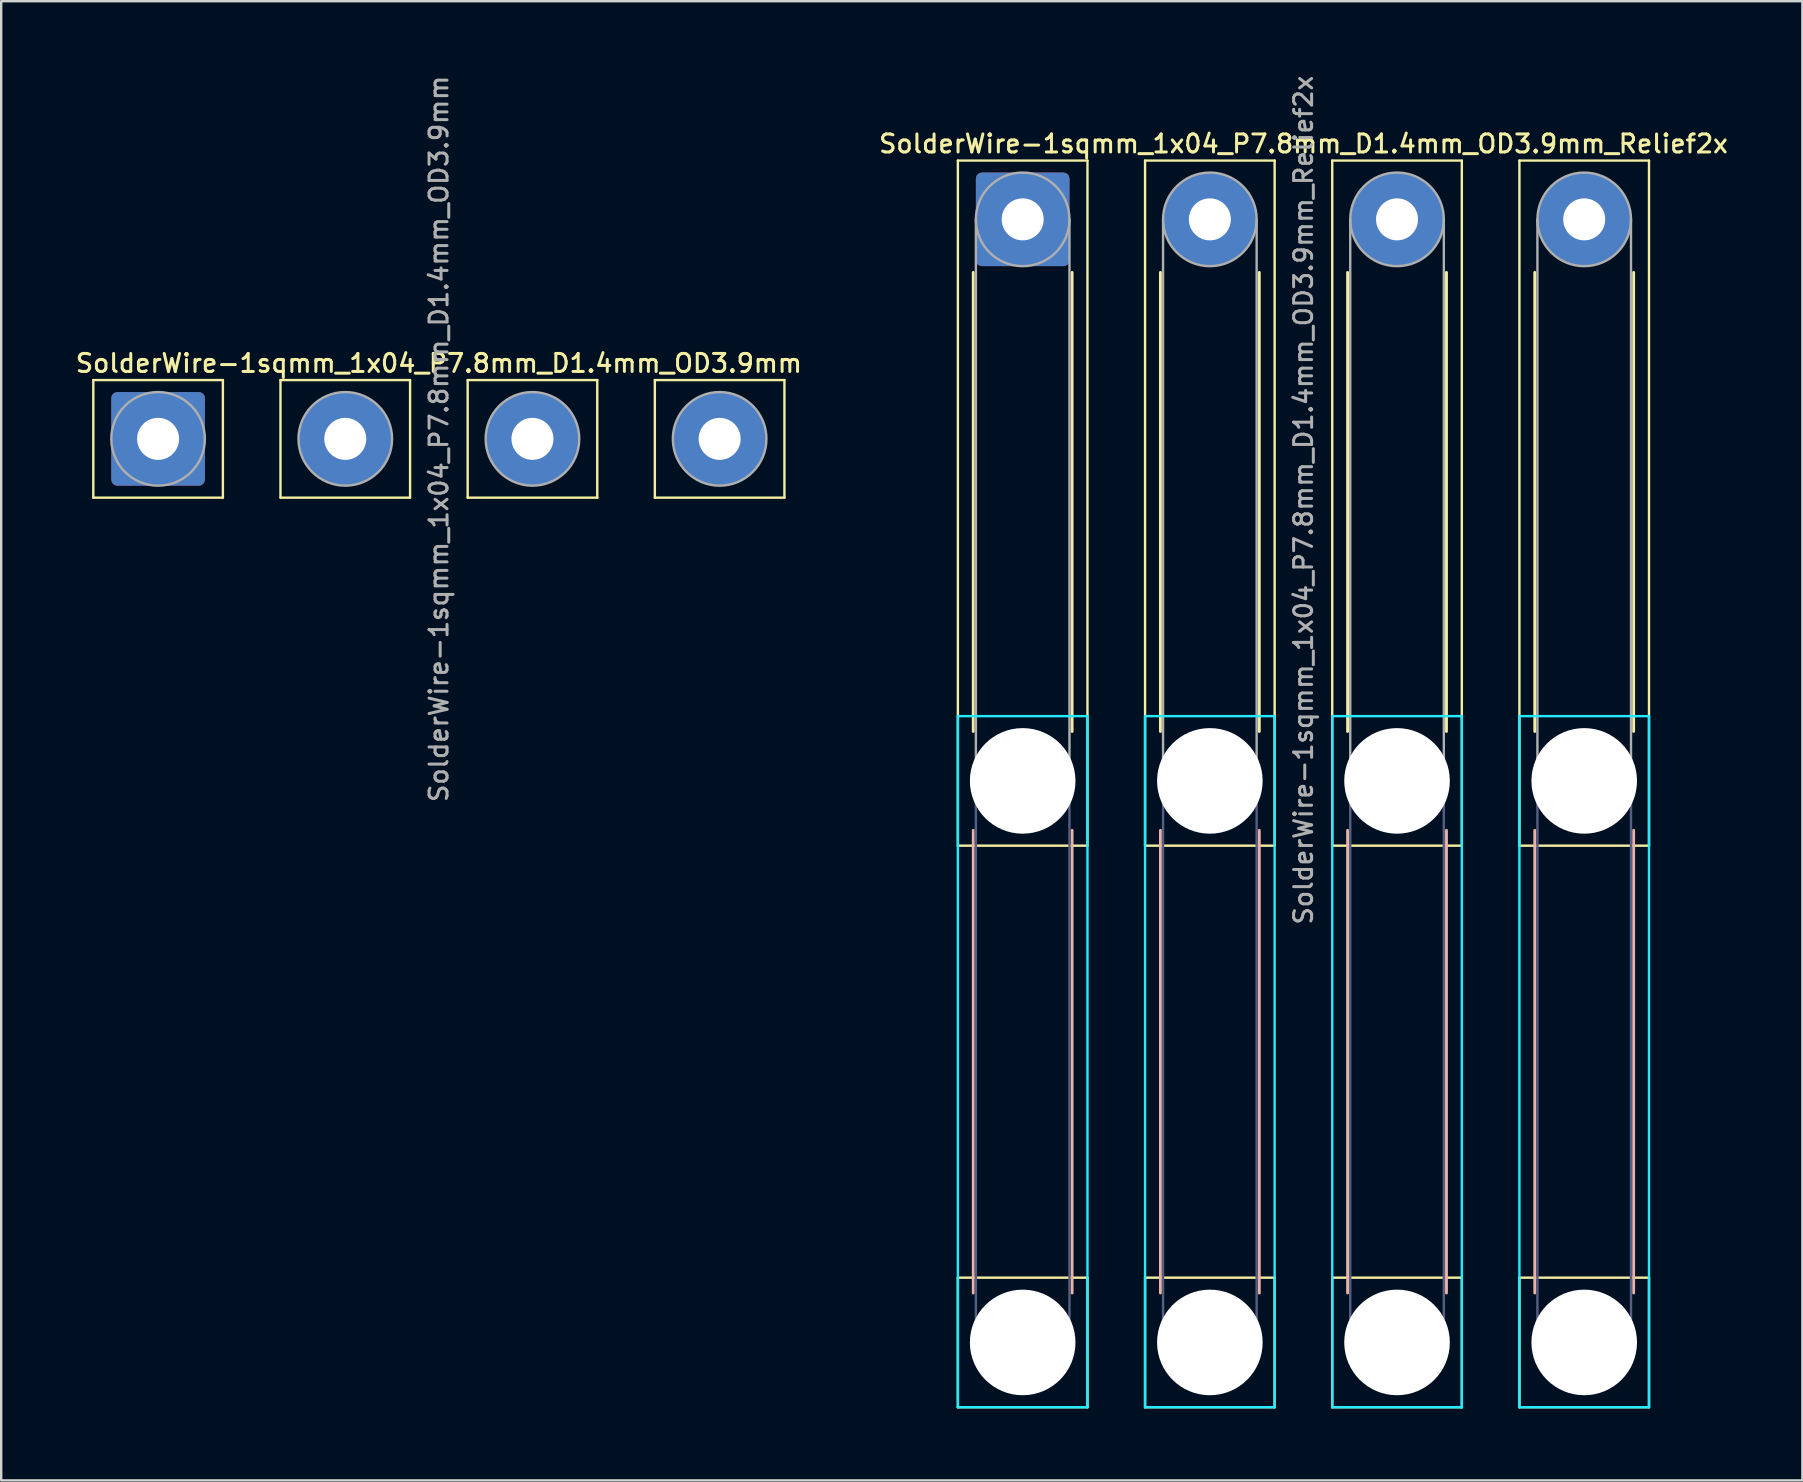
<source format=kicad_pcb>
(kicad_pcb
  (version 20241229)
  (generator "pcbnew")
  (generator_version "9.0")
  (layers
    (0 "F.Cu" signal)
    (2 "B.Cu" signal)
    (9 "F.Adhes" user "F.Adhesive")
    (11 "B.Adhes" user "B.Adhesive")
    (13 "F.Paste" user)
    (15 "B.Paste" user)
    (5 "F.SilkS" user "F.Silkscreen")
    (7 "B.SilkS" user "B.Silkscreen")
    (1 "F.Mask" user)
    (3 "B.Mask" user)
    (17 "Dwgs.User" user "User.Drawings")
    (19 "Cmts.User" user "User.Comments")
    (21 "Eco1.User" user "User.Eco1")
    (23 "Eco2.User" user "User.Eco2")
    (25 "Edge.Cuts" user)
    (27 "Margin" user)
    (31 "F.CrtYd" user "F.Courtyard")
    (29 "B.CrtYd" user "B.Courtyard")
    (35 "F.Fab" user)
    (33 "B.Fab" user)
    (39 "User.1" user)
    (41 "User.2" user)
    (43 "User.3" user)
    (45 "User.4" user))
  (footprint "SolderWire-1sqmm_1x04_P7.8mm_D1.4mm_OD3.9mm"
    (layer "F.Cu")
    (at 3.538 15.238)
    (property "Reference" "SolderWire-1sqmm_1x04_P7.8mm_D1.4mm_OD3.9mm" (at 11.7 -3.15 0) (layer "F.SilkS") (effects (font (size 0.75 0.75) (thickness 0.125))))
    (attr exclude_from_pos_files exclude_from_bom)
    (fp_line (start -2.7 -2.45) (end -2.7 2.45) (stroke (width 0.1) (type solid)) (layer "F.SilkS"))
    (fp_line (start -2.7 2.45) (end 2.7 2.45) (stroke (width 0.1) (type solid)) (layer "F.SilkS"))
    (fp_line (start 2.7 -2.45) (end -2.7 -2.45) (stroke (width 0.1) (type solid)) (layer "F.SilkS"))
    (fp_line (start 2.7 2.45) (end 2.7 -2.45) (stroke (width 0.1) (type solid)) (layer "F.SilkS"))
    (fp_line (start 5.1 -2.45) (end 5.1 2.45) (stroke (width 0.1) (type solid)) (layer "F.SilkS"))
    (fp_line (start 5.1 2.45) (end 10.5 2.45) (stroke (width 0.1) (type solid)) (layer "F.SilkS"))
    (fp_line (start 10.5 -2.45) (end 5.1 -2.45) (stroke (width 0.1) (type solid)) (layer "F.SilkS"))
    (fp_line (start 10.5 2.45) (end 10.5 -2.45) (stroke (width 0.1) (type solid)) (layer "F.SilkS"))
    (fp_line (start 12.9 -2.45) (end 12.9 2.45) (stroke (width 0.1) (type solid)) (layer "F.SilkS"))
    (fp_line (start 12.9 2.45) (end 18.3 2.45) (stroke (width 0.1) (type solid)) (layer "F.SilkS"))
    (fp_line (start 18.3 -2.45) (end 12.9 -2.45) (stroke (width 0.1) (type solid)) (layer "F.SilkS"))
    (fp_line (start 18.3 2.45) (end 18.3 -2.45) (stroke (width 0.1) (type solid)) (layer "F.SilkS"))
    (fp_line (start 20.7 -2.45) (end 20.7 2.45) (stroke (width 0.1) (type solid)) (layer "F.SilkS"))
    (fp_line (start 20.7 2.45) (end 26.1 2.45) (stroke (width 0.1) (type solid)) (layer "F.SilkS"))
    (fp_line (start 26.1 -2.45) (end 20.7 -2.45) (stroke (width 0.1) (type solid)) (layer "F.SilkS"))
    (fp_line (start 26.1 2.45) (end 26.1 -2.45) (stroke (width 0.1) (type solid)) (layer "F.SilkS"))
    (fp_circle (center 0 0) (end 1.95 0) (stroke (width 0.1) (type solid)) (fill no) (layer "F.Fab"))
    (fp_circle (center 7.8 0) (end 9.75 0) (stroke (width 0.1) (type solid)) (fill no) (layer "F.Fab"))
    (fp_circle (center 15.6 0) (end 17.55 0) (stroke (width 0.1) (type solid)) (fill no) (layer "F.Fab"))
    (fp_circle (center 23.4 0) (end 25.35 0) (stroke (width 0.1) (type solid)) (fill no) (layer "F.Fab"))
    (fp_text user "${REFERENCE}" (at 11.7 0 90) (layer "F.Fab") (effects (font (size 0.75 0.75) (thickness 0.125))))
    (pad "1" thru_hole roundrect (at 0 0) (size 3.9 3.9) (drill 1.75) (layers "*.Cu" "*.Mask") (roundrect_rratio 0.064))
    (pad "2" thru_hole circle (at 7.8 0) (size 3.9 3.9) (drill 1.75) (layers "*.Cu" "*.Mask"))
    (pad "3" thru_hole circle (at 15.6 0) (size 3.9 3.9) (drill 1.75) (layers "*.Cu" "*.Mask"))
    (pad "4" thru_hole circle (at 23.4 0) (size 3.9 3.9) (drill 1.75) (layers "*.Cu" "*.Mask")))
  (footprint "SolderWire-1sqmm_1x04_P7.8mm_D1.4mm_OD3.9mm_Relief2x"
    (layer "F.Cu")
    (at 39.566 6.091)
    (property "Reference" "SolderWire-1sqmm_1x04_P7.8mm_D1.4mm_OD3.9mm_Relief2x" (at 11.7 -3.15 0) (layer "F.SilkS") (effects (font (size 0.75 0.75) (thickness 0.125))))
    (attr exclude_from_pos_files exclude_from_bom)
    (fp_line (start -2.7 -2.45) (end -2.7 26.1) (stroke (width 0.1) (type solid)) (layer "F.SilkS"))
    (fp_line (start -2.7 26.1) (end 2.7 26.1) (stroke (width 0.1) (type solid)) (layer "F.SilkS"))
    (fp_line (start -2.7 44.1) (end -2.7 49.5) (stroke (width 0.1) (type solid)) (layer "F.SilkS"))
    (fp_line (start -2.7 49.5) (end 2.7 49.5) (stroke (width 0.1) (type solid)) (layer "F.SilkS"))
    (fp_line (start -2.06 2.21) (end -2.06 21.34) (stroke (width 0.12) (type solid)) (layer "F.SilkS"))
    (fp_line (start 2.06 2.21) (end 2.06 21.34) (stroke (width 0.12) (type solid)) (layer "F.SilkS"))
    (fp_line (start 2.7 -2.45) (end -2.7 -2.45) (stroke (width 0.1) (type solid)) (layer "F.SilkS"))
    (fp_line (start 2.7 26.1) (end 2.7 -2.45) (stroke (width 0.1) (type solid)) (layer "F.SilkS"))
    (fp_line (start 2.7 44.1) (end -2.7 44.1) (stroke (width 0.1) (type solid)) (layer "F.SilkS"))
    (fp_line (start 2.7 49.5) (end 2.7 44.1) (stroke (width 0.1) (type solid)) (layer "F.SilkS"))
    (fp_line (start 5.1 -2.45) (end 5.1 26.1) (stroke (width 0.1) (type solid)) (layer "F.SilkS"))
    (fp_line (start 5.1 26.1) (end 10.5 26.1) (stroke (width 0.1) (type solid)) (layer "F.SilkS"))
    (fp_line (start 5.1 44.1) (end 5.1 49.5) (stroke (width 0.1) (type solid)) (layer "F.SilkS"))
    (fp_line (start 5.1 49.5) (end 10.5 49.5) (stroke (width 0.1) (type solid)) (layer "F.SilkS"))
    (fp_line (start 5.74 2.21) (end 5.74 21.34) (stroke (width 0.12) (type solid)) (layer "F.SilkS"))
    (fp_line (start 9.86 2.21) (end 9.86 21.34) (stroke (width 0.12) (type solid)) (layer "F.SilkS"))
    (fp_line (start 10.5 -2.45) (end 5.1 -2.45) (stroke (width 0.1) (type solid)) (layer "F.SilkS"))
    (fp_line (start 10.5 26.1) (end 10.5 -2.45) (stroke (width 0.1) (type solid)) (layer "F.SilkS"))
    (fp_line (start 10.5 44.1) (end 5.1 44.1) (stroke (width 0.1) (type solid)) (layer "F.SilkS"))
    (fp_line (start 10.5 49.5) (end 10.5 44.1) (stroke (width 0.1) (type solid)) (layer "F.SilkS"))
    (fp_line (start 12.9 -2.45) (end 12.9 26.1) (stroke (width 0.1) (type solid)) (layer "F.SilkS"))
    (fp_line (start 12.9 26.1) (end 18.3 26.1) (stroke (width 0.1) (type solid)) (layer "F.SilkS"))
    (fp_line (start 12.9 44.1) (end 12.9 49.5) (stroke (width 0.1) (type solid)) (layer "F.SilkS"))
    (fp_line (start 12.9 49.5) (end 18.3 49.5) (stroke (width 0.1) (type solid)) (layer "F.SilkS"))
    (fp_line (start 13.54 2.21) (end 13.54 21.34) (stroke (width 0.12) (type solid)) (layer "F.SilkS"))
    (fp_line (start 17.66 2.21) (end 17.66 21.34) (stroke (width 0.12) (type solid)) (layer "F.SilkS"))
    (fp_line (start 18.3 -2.45) (end 12.9 -2.45) (stroke (width 0.1) (type solid)) (layer "F.SilkS"))
    (fp_line (start 18.3 26.1) (end 18.3 -2.45) (stroke (width 0.1) (type solid)) (layer "F.SilkS"))
    (fp_line (start 18.3 44.1) (end 12.9 44.1) (stroke (width 0.1) (type solid)) (layer "F.SilkS"))
    (fp_line (start 18.3 49.5) (end 18.3 44.1) (stroke (width 0.1) (type solid)) (layer "F.SilkS"))
    (fp_line (start 20.7 -2.45) (end 20.7 26.1) (stroke (width 0.1) (type solid)) (layer "F.SilkS"))
    (fp_line (start 20.7 26.1) (end 26.1 26.1) (stroke (width 0.1) (type solid)) (layer "F.SilkS"))
    (fp_line (start 20.7 44.1) (end 20.7 49.5) (stroke (width 0.1) (type solid)) (layer "F.SilkS"))
    (fp_line (start 20.7 49.5) (end 26.1 49.5) (stroke (width 0.1) (type solid)) (layer "F.SilkS"))
    (fp_line (start 21.34 2.21) (end 21.34 21.34) (stroke (width 0.12) (type solid)) (layer "F.SilkS"))
    (fp_line (start 25.46 2.21) (end 25.46 21.34) (stroke (width 0.12) (type solid)) (layer "F.SilkS"))
    (fp_line (start 26.1 -2.45) (end 20.7 -2.45) (stroke (width 0.1) (type solid)) (layer "F.SilkS"))
    (fp_line (start 26.1 26.1) (end 26.1 -2.45) (stroke (width 0.1) (type solid)) (layer "F.SilkS"))
    (fp_line (start 26.1 44.1) (end 20.7 44.1) (stroke (width 0.1) (type solid)) (layer "F.SilkS"))
    (fp_line (start 26.1 49.5) (end 26.1 44.1) (stroke (width 0.1) (type solid)) (layer "F.SilkS"))
    (fp_line (start -2.06 25.46) (end -2.06 44.74) (stroke (width 0.12) (type solid)) (layer "B.SilkS"))
    (fp_line (start 2.06 25.46) (end 2.06 44.74) (stroke (width 0.12) (type solid)) (layer "B.SilkS"))
    (fp_line (start 5.74 25.46) (end 5.74 44.74) (stroke (width 0.12) (type solid)) (layer "B.SilkS"))
    (fp_line (start 9.86 25.46) (end 9.86 44.74) (stroke (width 0.12) (type solid)) (layer "B.SilkS"))
    (fp_line (start 13.54 25.46) (end 13.54 44.74) (stroke (width 0.12) (type solid)) (layer "B.SilkS"))
    (fp_line (start 17.66 25.46) (end 17.66 44.74) (stroke (width 0.12) (type solid)) (layer "B.SilkS"))
    (fp_line (start 21.34 25.46) (end 21.34 44.74) (stroke (width 0.12) (type solid)) (layer "B.SilkS"))
    (fp_line (start 25.46 25.46) (end 25.46 44.74) (stroke (width 0.12) (type solid)) (layer "B.SilkS"))
    (fp_line (start -2.7 20.7) (end -2.7 49.5) (stroke (width 0.1) (type solid)) (layer "B.CrtYd"))
    (fp_line (start -2.7 49.5) (end 2.7 49.5) (stroke (width 0.1) (type solid)) (layer "B.CrtYd"))
    (fp_line (start 2.7 20.7) (end -2.7 20.7) (stroke (width 0.1) (type solid)) (layer "B.CrtYd"))
    (fp_line (start 2.7 49.5) (end 2.7 20.7) (stroke (width 0.1) (type solid)) (layer "B.CrtYd"))
    (fp_line (start 5.1 20.7) (end 5.1 49.5) (stroke (width 0.1) (type solid)) (layer "B.CrtYd"))
    (fp_line (start 5.1 49.5) (end 10.5 49.5) (stroke (width 0.1) (type solid)) (layer "B.CrtYd"))
    (fp_line (start 10.5 20.7) (end 5.1 20.7) (stroke (width 0.1) (type solid)) (layer "B.CrtYd"))
    (fp_line (start 10.5 49.5) (end 10.5 20.7) (stroke (width 0.1) (type solid)) (layer "B.CrtYd"))
    (fp_line (start 12.9 20.7) (end 12.9 49.5) (stroke (width 0.1) (type solid)) (layer "B.CrtYd"))
    (fp_line (start 12.9 49.5) (end 18.3 49.5) (stroke (width 0.1) (type solid)) (layer "B.CrtYd"))
    (fp_line (start 18.3 20.7) (end 12.9 20.7) (stroke (width 0.1) (type solid)) (layer "B.CrtYd"))
    (fp_line (start 18.3 49.5) (end 18.3 20.7) (stroke (width 0.1) (type solid)) (layer "B.CrtYd"))
    (fp_line (start 20.7 20.7) (end 20.7 49.5) (stroke (width 0.1) (type solid)) (layer "B.CrtYd"))
    (fp_line (start 20.7 49.5) (end 26.1 49.5) (stroke (width 0.1) (type solid)) (layer "B.CrtYd"))
    (fp_line (start 26.1 20.7) (end 20.7 20.7) (stroke (width 0.1) (type solid)) (layer "B.CrtYd"))
    (fp_line (start 26.1 49.5) (end 26.1 20.7) (stroke (width 0.1) (type solid)) (layer "B.CrtYd"))
    (fp_line (start -1.95 23.4) (end -1.95 46.8) (stroke (width 0.1) (type solid)) (layer "B.Fab"))
    (fp_line (start 1.95 23.4) (end 1.95 46.8) (stroke (width 0.1) (type solid)) (layer "B.Fab"))
    (fp_line (start 5.85 23.4) (end 5.85 46.8) (stroke (width 0.1) (type solid)) (layer "B.Fab"))
    (fp_line (start 9.75 23.4) (end 9.75 46.8) (stroke (width 0.1) (type solid)) (layer "B.Fab"))
    (fp_line (start 13.65 23.4) (end 13.65 46.8) (stroke (width 0.1) (type solid)) (layer "B.Fab"))
    (fp_line (start 17.55 23.4) (end 17.55 46.8) (stroke (width 0.1) (type solid)) (layer "B.Fab"))
    (fp_line (start 21.45 23.4) (end 21.45 46.8) (stroke (width 0.1) (type solid)) (layer "B.Fab"))
    (fp_line (start 25.35 23.4) (end 25.35 46.8) (stroke (width 0.1) (type solid)) (layer "B.Fab"))
    (fp_circle (center 0 23.4) (end 1.95 23.4) (stroke (width 0.1) (type solid)) (fill no) (layer "B.Fab"))
    (fp_circle (center 0 46.8) (end 1.95 46.8) (stroke (width 0.1) (type solid)) (fill no) (layer "B.Fab"))
    (fp_circle (center 7.8 23.4) (end 9.75 23.4) (stroke (width 0.1) (type solid)) (fill no) (layer "B.Fab"))
    (fp_circle (center 7.8 46.8) (end 9.75 46.8) (stroke (width 0.1) (type solid)) (fill no) (layer "B.Fab"))
    (fp_circle (center 15.6 23.4) (end 17.55 23.4) (stroke (width 0.1) (type solid)) (fill no) (layer "B.Fab"))
    (fp_circle (center 15.6 46.8) (end 17.55 46.8) (stroke (width 0.1) (type solid)) (fill no) (layer "B.Fab"))
    (fp_circle (center 23.4 23.4) (end 25.35 23.4) (stroke (width 0.1) (type solid)) (fill no) (layer "B.Fab"))
    (fp_circle (center 23.4 46.8) (end 25.35 46.8) (stroke (width 0.1) (type solid)) (fill no) (layer "B.Fab"))
    (fp_line (start -1.95 0) (end -1.95 23.4) (stroke (width 0.1) (type solid)) (layer "F.Fab"))
    (fp_line (start 1.95 0) (end 1.95 23.4) (stroke (width 0.1) (type solid)) (layer "F.Fab"))
    (fp_line (start 5.85 0) (end 5.85 23.4) (stroke (width 0.1) (type solid)) (layer "F.Fab"))
    (fp_line (start 9.75 0) (end 9.75 23.4) (stroke (width 0.1) (type solid)) (layer "F.Fab"))
    (fp_line (start 13.65 0) (end 13.65 23.4) (stroke (width 0.1) (type solid)) (layer "F.Fab"))
    (fp_line (start 17.55 0) (end 17.55 23.4) (stroke (width 0.1) (type solid)) (layer "F.Fab"))
    (fp_line (start 21.45 0) (end 21.45 23.4) (stroke (width 0.1) (type solid)) (layer "F.Fab"))
    (fp_line (start 25.35 0) (end 25.35 23.4) (stroke (width 0.1) (type solid)) (layer "F.Fab"))
    (fp_circle (center 0 0) (end 1.95 0) (stroke (width 0.1) (type solid)) (fill no) (layer "F.Fab"))
    (fp_circle (center 0 23.4) (end 1.95 23.4) (stroke (width 0.1) (type solid)) (fill no) (layer "F.Fab"))
    (fp_circle (center 0 46.8) (end 1.95 46.8) (stroke (width 0.1) (type solid)) (fill no) (layer "F.Fab"))
    (fp_circle (center 7.8 0) (end 9.75 0) (stroke (width 0.1) (type solid)) (fill no) (layer "F.Fab"))
    (fp_circle (center 7.8 23.4) (end 9.75 23.4) (stroke (width 0.1) (type solid)) (fill no) (layer "F.Fab"))
    (fp_circle (center 7.8 46.8) (end 9.75 46.8) (stroke (width 0.1) (type solid)) (fill no) (layer "F.Fab"))
    (fp_circle (center 15.6 0) (end 17.55 0) (stroke (width 0.1) (type solid)) (fill no) (layer "F.Fab"))
    (fp_circle (center 15.6 23.4) (end 17.55 23.4) (stroke (width 0.1) (type solid)) (fill no) (layer "F.Fab"))
    (fp_circle (center 15.6 46.8) (end 17.55 46.8) (stroke (width 0.1) (type solid)) (fill no) (layer "F.Fab"))
    (fp_circle (center 23.4 0) (end 25.35 0) (stroke (width 0.1) (type solid)) (fill no) (layer "F.Fab"))
    (fp_circle (center 23.4 23.4) (end 25.35 23.4) (stroke (width 0.1) (type solid)) (fill no) (layer "F.Fab"))
    (fp_circle (center 23.4 46.8) (end 25.35 46.8) (stroke (width 0.1) (type solid)) (fill no) (layer "F.Fab"))
    (fp_text user "${REFERENCE}" (at 11.7 11.7 90) (layer "F.Fab") (effects (font (size 0.75 0.75) (thickness 0.125))))
    (pad "" np_thru_hole circle (at 0 23.4) (size 4.4 4.4) (drill 4.4) (layers "*.Cu" "*.Mask"))
    (pad "" np_thru_hole circle (at 0 46.8) (size 4.4 4.4) (drill 4.4) (layers "*.Cu" "*.Mask"))
    (pad "" np_thru_hole circle (at 7.8 23.4) (size 4.4 4.4) (drill 4.4) (layers "*.Cu" "*.Mask"))
    (pad "" np_thru_hole circle (at 7.8 46.8) (size 4.4 4.4) (drill 4.4) (layers "*.Cu" "*.Mask"))
    (pad "" np_thru_hole circle (at 15.6 23.4) (size 4.4 4.4) (drill 4.4) (layers "*.Cu" "*.Mask"))
    (pad "" np_thru_hole circle (at 15.6 46.8) (size 4.4 4.4) (drill 4.4) (layers "*.Cu" "*.Mask"))
    (pad "" np_thru_hole circle (at 23.4 23.4) (size 4.4 4.4) (drill 4.4) (layers "*.Cu" "*.Mask"))
    (pad "" np_thru_hole circle (at 23.4 46.8) (size 4.4 4.4) (drill 4.4) (layers "*.Cu" "*.Mask"))
    (pad "1" thru_hole roundrect (at 0 0) (size 3.9 3.9) (drill 1.75) (layers "*.Cu" "*.Mask") (roundrect_rratio 0.064))
    (pad "2" thru_hole circle (at 7.8 0) (size 3.9 3.9) (drill 1.75) (layers "*.Cu" "*.Mask"))
    (pad "3" thru_hole circle (at 15.6 0) (size 3.9 3.9) (drill 1.75) (layers "*.Cu" "*.Mask"))
    (pad "4" thru_hole circle (at 23.4 0) (size 3.9 3.9) (drill 1.75) (layers "*.Cu" "*.Mask")))
  (gr_rect
    (start -3 -3)
    (end 72.057 58.641)
    (stroke (width 0.1) (type default))
    (fill no)
    (layer "Edge.Cuts")))
</source>
